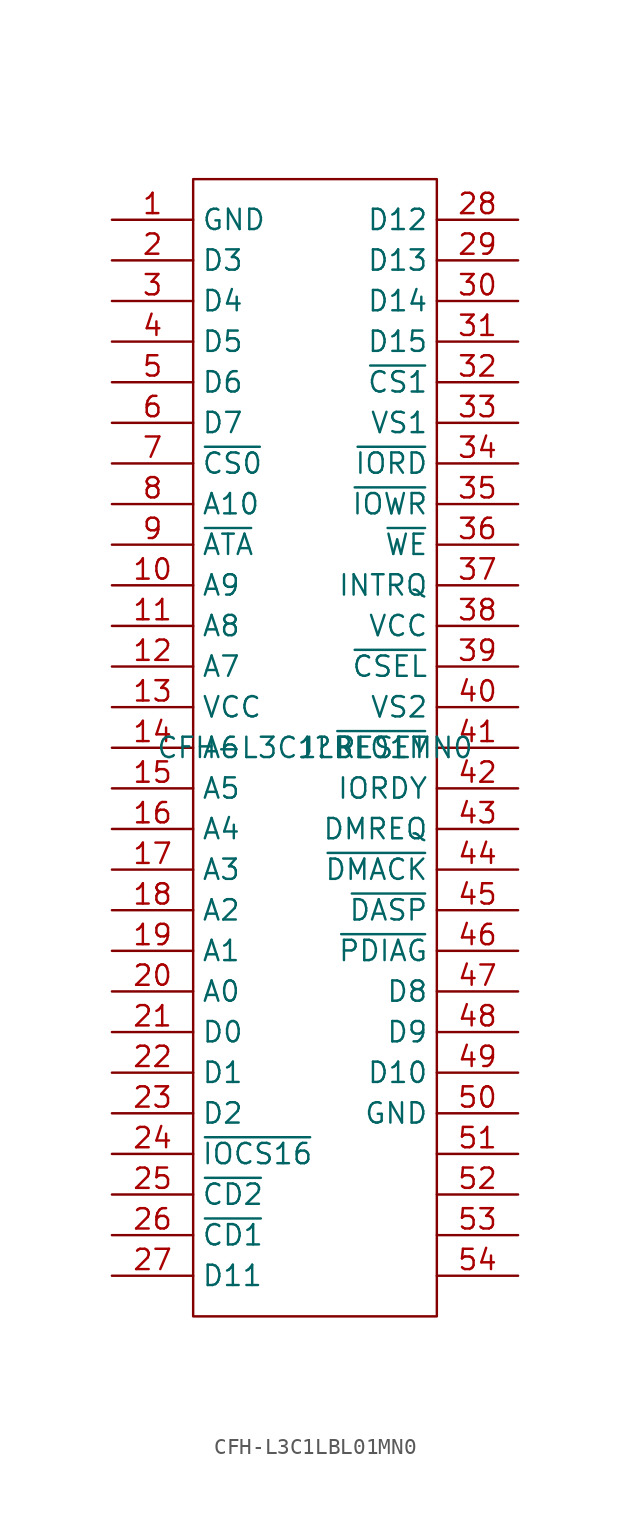
<source format=kicad_sym>
(kicad_symbol_lib
  (version 20220914)
  (generator kicad_symbol_editor)
  (symbol "CFH-L3C1LBL01MN0"
    (property "Reference" "J"
      (at 0 -1.27 0)
      (effects (font (size 1.27 1.27))))
    (property "Value" "CFH-L3C1LBL01MN0"
      (at 0 -1.27 0)
      (effects (font (size 1.27 1.27))))
    (symbol "CFH-L3C1LBL01MN0_0_1"
      (polyline (pts (xy -7.62 34.29) (xy 7.62 34.29) (xy 7.62 -36.83) (xy -7.62 -36.83) (xy -7.62 34.29)) (stroke (width 0.152) (type solid)) (fill (type none))))
    (symbol "CFH-L3C1LBL01MN0_1_0"
      (pin power_in line (at -12.7 31.75 0) (length 5.08) (name "GND" (effects (font (size 1.27 1.27)))) (number "1" (effects (font (size 1.27 1.27)))))
      (pin input line (at -12.7 8.89 0) (length 5.08) (name "A9" (effects (font (size 1.27 1.27)))) (number "10" (effects (font (size 1.27 1.27)))))
      (pin input line (at -12.7 6.35 0) (length 5.08) (name "A8" (effects (font (size 1.27 1.27)))) (number "11" (effects (font (size 1.27 1.27)))))
      (pin input line (at -12.7 3.81 0) (length 5.08) (name "A7" (effects (font (size 1.27 1.27)))) (number "12" (effects (font (size 1.27 1.27)))))
      (pin power_in line (at -12.7 1.27 0) (length 5.08) (name "VCC" (effects (font (size 1.27 1.27)))) (number "13" (effects (font (size 1.27 1.27)))))
      (pin input line (at -12.7 -1.27 0) (length 5.08) (name "A6" (effects (font (size 1.27 1.27)))) (number "14" (effects (font (size 1.27 1.27)))))
      (pin input line (at -12.7 -3.81 0) (length 5.08) (name "A5" (effects (font (size 1.27 1.27)))) (number "15" (effects (font (size 1.27 1.27)))))
      (pin input line (at -12.7 -6.35 0) (length 5.08) (name "A4" (effects (font (size 1.27 1.27)))) (number "16" (effects (font (size 1.27 1.27)))))
      (pin input line (at -12.7 -8.89 0) (length 5.08) (name "A3" (effects (font (size 1.27 1.27)))) (number "17" (effects (font (size 1.27 1.27)))))
      (pin input line (at -12.7 -11.43 0) (length 5.08) (name "A2" (effects (font (size 1.27 1.27)))) (number "18" (effects (font (size 1.27 1.27)))))
      (pin input line (at -12.7 -13.97 0) (length 5.08) (name "A1" (effects (font (size 1.27 1.27)))) (number "19" (effects (font (size 1.27 1.27)))))
      (pin bidirectional line (at -12.7 29.21 0) (length 5.08) (name "D3" (effects (font (size 1.27 1.27)))) (number "2" (effects (font (size 1.27 1.27)))))
      (pin input line (at -12.7 -16.51 0) (length 5.08) (name "A0" (effects (font (size 1.27 1.27)))) (number "20" (effects (font (size 1.27 1.27)))))
      (pin bidirectional line (at -12.7 -19.05 0) (length 5.08) (name "D0" (effects (font (size 1.27 1.27)))) (number "21" (effects (font (size 1.27 1.27)))))
      (pin bidirectional line (at -12.7 -21.59 0) (length 5.08) (name "D1" (effects (font (size 1.27 1.27)))) (number "22" (effects (font (size 1.27 1.27)))))
      (pin bidirectional line (at -12.7 -24.13 0) (length 5.08) (name "D2" (effects (font (size 1.27 1.27)))) (number "23" (effects (font (size 1.27 1.27)))))
      (pin input line (at -12.7 -26.67 0) (length 5.08) (name "~{IOCS16}" (effects (font (size 1.27 1.27)))) (number "24" (effects (font (size 1.27 1.27)))))
      (pin input line (at -12.7 -29.21 0) (length 5.08) (name "~{CD2}" (effects (font (size 1.27 1.27)))) (number "25" (effects (font (size 1.27 1.27)))))
      (pin input line (at -12.7 -31.75 0) (length 5.08) (name "~{CD1}" (effects (font (size 1.27 1.27)))) (number "26" (effects (font (size 1.27 1.27)))))
      (pin bidirectional line (at -12.7 -34.29 0) (length 5.08) (name "D11" (effects (font (size 1.27 1.27)))) (number "27" (effects (font (size 1.27 1.27)))))
      (pin bidirectional line (at 12.7 31.75 180) (length 5.08) (name "D12" (effects (font (size 1.27 1.27)))) (number "28" (effects (font (size 1.27 1.27)))))
      (pin bidirectional line (at 12.7 29.21 180) (length 5.08) (name "D13" (effects (font (size 1.27 1.27)))) (number "29" (effects (font (size 1.27 1.27)))))
      (pin bidirectional line (at -12.7 26.67 0) (length 5.08) (name "D4" (effects (font (size 1.27 1.27)))) (number "3" (effects (font (size 1.27 1.27)))))
      (pin bidirectional line (at 12.7 26.67 180) (length 5.08) (name "D14" (effects (font (size 1.27 1.27)))) (number "30" (effects (font (size 1.27 1.27)))))
      (pin bidirectional line (at 12.7 24.13 180) (length 5.08) (name "D15" (effects (font (size 1.27 1.27)))) (number "31" (effects (font (size 1.27 1.27)))))
      (pin input line (at 12.7 21.59 180) (length 5.08) (name "~{CS1}" (effects (font (size 1.27 1.27)))) (number "32" (effects (font (size 1.27 1.27)))))
      (pin output line (at 12.7 19.05 180) (length 5.08) (name "VS1" (effects (font (size 1.27 1.27)))) (number "33" (effects (font (size 1.27 1.27)))))
      (pin input line (at 12.7 16.51 180) (length 5.08) (name "~{IORD}" (effects (font (size 1.27 1.27)))) (number "34" (effects (font (size 1.27 1.27)))))
      (pin input line (at 12.7 13.97 180) (length 5.08) (name "~{IOWR}" (effects (font (size 1.27 1.27)))) (number "35" (effects (font (size 1.27 1.27)))))
      (pin input line (at 12.7 11.43 180) (length 5.08) (name "~{WE}" (effects (font (size 1.27 1.27)))) (number "36" (effects (font (size 1.27 1.27)))))
      (pin output line (at 12.7 8.89 180) (length 5.08) (name "INTRQ" (effects (font (size 1.27 1.27)))) (number "37" (effects (font (size 1.27 1.27)))))
      (pin power_in line (at 12.7 6.35 180) (length 5.08) (name "VCC" (effects (font (size 1.27 1.27)))) (number "38" (effects (font (size 1.27 1.27)))))
      (pin input line (at 12.7 3.81 180) (length 5.08) (name "~{CSEL}" (effects (font (size 1.27 1.27)))) (number "39" (effects (font (size 1.27 1.27)))))
      (pin bidirectional line (at -12.7 24.13 0) (length 5.08) (name "D5" (effects (font (size 1.27 1.27)))) (number "4" (effects (font (size 1.27 1.27)))))
      (pin output line (at 12.7 1.27 180) (length 5.08) (name "VS2" (effects (font (size 1.27 1.27)))) (number "40" (effects (font (size 1.27 1.27)))))
      (pin input line (at 12.7 -1.27 180) (length 5.08) (name "~{RESET}" (effects (font (size 1.27 1.27)))) (number "41" (effects (font (size 1.27 1.27)))))
      (pin output line (at 12.7 -3.81 180) (length 5.08) (name "IORDY" (effects (font (size 1.27 1.27)))) (number "42" (effects (font (size 1.27 1.27)))))
      (pin output line (at 12.7 -6.35 180) (length 5.08) (name "DMREQ" (effects (font (size 1.27 1.27)))) (number "43" (effects (font (size 1.27 1.27)))))
      (pin input line (at 12.7 -8.89 180) (length 5.08) (name "~{DMACK}" (effects (font (size 1.27 1.27)))) (number "44" (effects (font (size 1.27 1.27)))))
      (pin output line (at 12.7 -11.43 180) (length 5.08) (name "~{DASP}" (effects (font (size 1.27 1.27)))) (number "45" (effects (font (size 1.27 1.27)))))
      (pin passive line (at 12.7 -13.97 180) (length 5.08) (name "~{PDIAG}" (effects (font (size 1.27 1.27)))) (number "46" (effects (font (size 1.27 1.27)))))
      (pin bidirectional line (at 12.7 -16.51 180) (length 5.08) (name "D8" (effects (font (size 1.27 1.27)))) (number "47" (effects (font (size 1.27 1.27)))))
      (pin bidirectional line (at 12.7 -19.05 180) (length 5.08) (name "D9" (effects (font (size 1.27 1.27)))) (number "48" (effects (font (size 1.27 1.27)))))
      (pin bidirectional line (at 12.7 -21.59 180) (length 5.08) (name "D10" (effects (font (size 1.27 1.27)))) (number "49" (effects (font (size 1.27 1.27)))))
      (pin bidirectional line (at -12.7 21.59 0) (length 5.08) (name "D6" (effects (font (size 1.27 1.27)))) (number "5" (effects (font (size 1.27 1.27)))))
      (pin power_in line (at 12.7 -24.13 180) (length 5.08) (name "GND" (effects (font (size 1.27 1.27)))) (number "50" (effects (font (size 1.27 1.27)))))
      (pin passive line (at 12.7 -26.67 180) (length 5.08) (name "" (effects (font (size 1.27 1.27)))) (number "51" (effects (font (size 1.27 1.27)))))
      (pin passive line (at 12.7 -29.21 180) (length 5.08) (name "" (effects (font (size 1.27 1.27)))) (number "52" (effects (font (size 1.27 1.27)))))
      (pin passive line (at 12.7 -31.75 180) (length 5.08) (name "" (effects (font (size 1.27 1.27)))) (number "53" (effects (font (size 1.27 1.27)))))
      (pin passive line (at 12.7 -34.29 180) (length 5.08) (name "" (effects (font (size 1.27 1.27)))) (number "54" (effects (font (size 1.27 1.27)))))
      (pin bidirectional line (at -12.7 19.05 0) (length 5.08) (name "D7" (effects (font (size 1.27 1.27)))) (number "6" (effects (font (size 1.27 1.27)))))
      (pin input line (at -12.7 16.51 0) (length 5.08) (name "~{CS0}" (effects (font (size 1.27 1.27)))) (number "7" (effects (font (size 1.27 1.27)))))
      (pin input line (at -12.7 13.97 0) (length 5.08) (name "A10" (effects (font (size 1.27 1.27)))) (number "8" (effects (font (size 1.27 1.27)))))
      (pin input line (at -12.7 11.43 0) (length 5.08) (name "~{ATA}" (effects (font (size 1.27 1.27)))) (number "9" (effects (font (size 1.27 1.27))))))))
</source>
